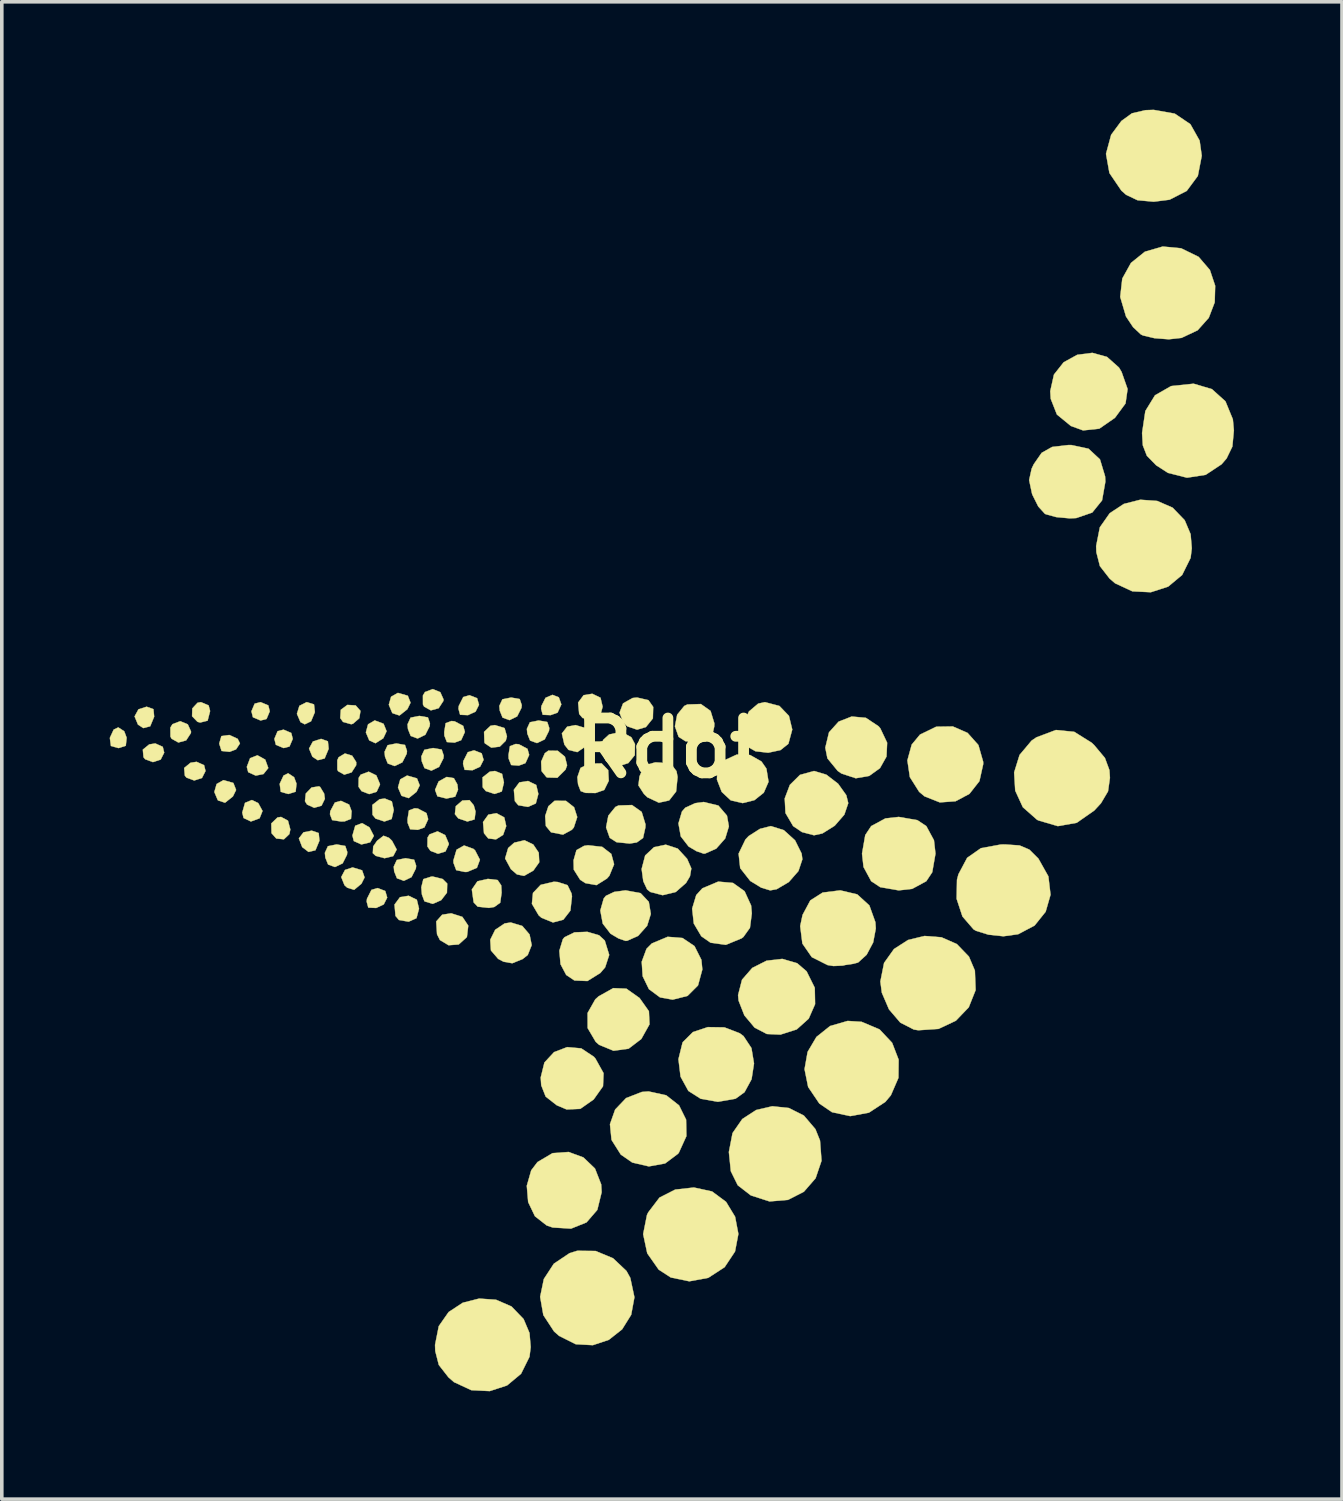
<source format=kicad_pcb>
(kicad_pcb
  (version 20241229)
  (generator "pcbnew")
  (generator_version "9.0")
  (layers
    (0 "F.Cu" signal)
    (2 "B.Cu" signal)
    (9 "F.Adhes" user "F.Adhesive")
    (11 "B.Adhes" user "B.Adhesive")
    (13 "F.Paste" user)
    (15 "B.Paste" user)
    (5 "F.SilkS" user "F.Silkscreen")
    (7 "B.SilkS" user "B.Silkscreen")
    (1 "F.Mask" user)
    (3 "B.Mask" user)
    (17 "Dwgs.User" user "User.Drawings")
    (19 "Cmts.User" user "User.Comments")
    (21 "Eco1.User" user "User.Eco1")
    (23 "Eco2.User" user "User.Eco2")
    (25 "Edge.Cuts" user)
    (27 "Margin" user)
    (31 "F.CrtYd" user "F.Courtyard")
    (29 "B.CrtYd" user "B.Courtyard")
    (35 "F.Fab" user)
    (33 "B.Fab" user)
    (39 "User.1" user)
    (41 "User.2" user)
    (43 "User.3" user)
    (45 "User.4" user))
  (footprint "Rdot"
    (layer "F.Cu")
    (at 15.555 17.747)
    (property "Reference" "Rdot" (at 0 0 0) (layer "F.SilkS") (effects (font (size 1.524 1.524) (thickness 0.3))))
    (attr through_hole)
    (fp_poly (pts (xy -14.339 -1.081) (xy -14.319 -0.872) (xy -14.429 -0.605) (xy -14.621 -0.555) (xy -14.769 -0.652) (xy -14.863 -0.879) (xy -14.756 -1.076) (xy -14.528 -1.149) (xy -14.339 -1.081)) (stroke (width 0.01) (type solid)) (fill yes) (layer "F.SilkS"))
    (fp_poly (pts (xy -11.426 1.53) (xy -11.306 1.749) (xy -11.388 1.953) (xy -11.629 2.042) (xy -11.833 1.945) (xy -11.87 1.794) (xy -11.793 1.524) (xy -11.602 1.445) (xy -11.426 1.53)) (stroke (width 0.01) (type solid)) (fill yes) (layer "F.SilkS"))
    (fp_poly (pts (xy -11.231 0.321) (xy -11.146 0.556) (xy -11.28 0.723) (xy -11.495 0.766) (xy -11.704 0.671) (xy -11.743 0.524) (xy -11.652 0.282) (xy -11.448 0.202) (xy -11.231 0.321)) (stroke (width 0.01) (type solid)) (fill yes) (layer "F.SilkS"))
    (fp_poly (pts (xy -11.146 -1.186) (xy -11.105 -1.021) (xy -11.195 -0.808) (xy -11.36 -0.766) (xy -11.573 -0.856) (xy -11.615 -1.021) (xy -11.525 -1.234) (xy -11.36 -1.276) (xy -11.146 -1.186)) (stroke (width 0.01) (type solid)) (fill yes) (layer "F.SilkS"))
    (fp_poly (pts (xy -10.508 -0.42) (xy -10.466 -0.255) (xy -10.557 -0.042) (xy -10.722 0) (xy -10.935 -0.09) (xy -10.977 -0.255) (xy -10.887 -0.469) (xy -10.722 -0.511) (xy -10.508 -0.42)) (stroke (width 0.01) (type solid)) (fill yes) (layer "F.SilkS"))
    (fp_poly (pts (xy -9.745 2.363) (xy -9.724 2.575) (xy -9.835 2.842) (xy -10.027 2.888) (xy -10.203 2.754) (xy -10.296 2.512) (xy -10.167 2.343) (xy -9.939 2.297) (xy -9.745 2.363)) (stroke (width 0.01) (type solid)) (fill yes) (layer "F.SilkS"))
    (fp_poly (pts (xy -9.489 -0.187) (xy -9.468 0.022) (xy -9.579 0.289) (xy -9.771 0.338) (xy -9.919 0.241) (xy -10.013 0.015) (xy -9.906 -0.182) (xy -9.678 -0.255) (xy -9.489 -0.187)) (stroke (width 0.01) (type solid)) (fill yes) (layer "F.SilkS"))
    (fp_poly (pts (xy -8.333 2.206) (xy -8.211 2.443) (xy -8.314 2.622) (xy -8.559 2.68) (xy -8.768 2.586) (xy -8.807 2.433) (xy -8.729 2.161) (xy -8.538 2.088) (xy -8.333 2.206)) (stroke (width 0.01) (type solid)) (fill yes) (layer "F.SilkS"))
    (fp_poly (pts (xy -14.08 -0.034) (xy -14.04 0.128) (xy -14.138 0.321) (xy -14.354 0.391) (xy -14.569 0.311) (xy -14.615 0.255) (xy -14.634 0.044) (xy -14.456 -0.101) (xy -14.288 -0.128) (xy -14.08 -0.034)) (stroke (width 0.01) (type solid)) (fill yes) (layer "F.SilkS"))
    (fp_poly (pts (xy -12.931 0.477) (xy -12.891 0.638) (xy -12.99 0.832) (xy -13.205 0.902) (xy -13.42 0.822) (xy -13.466 0.766) (xy -13.485 0.554) (xy -13.308 0.409) (xy -13.139 0.383) (xy -12.931 0.477)) (stroke (width 0.01) (type solid)) (fill yes) (layer "F.SilkS"))
    (fp_poly (pts (xy -12.805 -1.185) (xy -12.764 -1.029) (xy -12.833 -0.761) (xy -13.04 -0.709) (xy -13.115 -0.73) (xy -13.265 -0.885) (xy -13.258 -1.102) (xy -13.114 -1.258) (xy -13.019 -1.276) (xy -12.805 -1.185)) (stroke (width 0.01) (type solid)) (fill yes) (layer "F.SilkS"))
    (fp_poly (pts (xy -10.599 2.019) (xy -10.534 2.264) (xy -10.56 2.393) (xy -10.712 2.537) (xy -10.924 2.515) (xy -11.056 2.367) (xy -11.062 2.096) (xy -10.891 1.931) (xy -10.792 1.915) (xy -10.599 2.019)) (stroke (width 0.01) (type solid)) (fill yes) (layer "F.SilkS"))
    (fp_poly (pts (xy -9.875 -1.213) (xy -9.851 -0.999) (xy -9.957 -0.744) (xy -10.132 -0.66) (xy -10.251 -0.721) (xy -10.35 -0.951) (xy -10.281 -1.174) (xy -10.079 -1.276) (xy -10.075 -1.276) (xy -9.875 -1.213)) (stroke (width 0.01) (type solid)) (fill yes) (layer "F.SilkS"))
    (fp_poly (pts (xy -8.717 -1.185) (xy -8.583 -1.033) (xy -8.617 -0.827) (xy -8.791 -0.676) (xy -8.841 -0.662) (xy -9.068 -0.726) (xy -9.145 -0.833) (xy -9.13 -1.064) (xy -8.947 -1.199) (xy -8.717 -1.185)) (stroke (width 0.01) (type solid)) (fill yes) (layer "F.SilkS"))
    (fp_poly (pts (xy -8.538 3.399) (xy -8.469 3.597) (xy -8.556 3.771) (xy -8.759 3.941) (xy -8.95 3.883) (xy -9.027 3.814) (xy -9.118 3.587) (xy -9.013 3.389) (xy -8.801 3.319) (xy -8.538 3.399)) (stroke (width 0.01) (type solid)) (fill yes) (layer "F.SilkS"))
    (fp_poly (pts (xy -7.941 -0.675) (xy -7.857 -0.468) (xy -7.949 -0.271) (xy -8.166 -0.134) (xy -8.339 -0.213) (xy -8.433 -0.435) (xy -8.372 -0.659) (xy -8.191 -0.766) (xy -8.182 -0.766) (xy -7.941 -0.675)) (stroke (width 0.01) (type solid)) (fill yes) (layer "F.SilkS"))
    (fp_poly (pts (xy -7.894 3.975) (xy -7.84 4.158) (xy -7.936 4.347) (xy -8.147 4.446) (xy -8.366 4.436) (xy -8.411 4.27) (xy -8.402 4.19) (xy -8.278 3.943) (xy -8.105 3.893) (xy -7.894 3.975)) (stroke (width 0.01) (type solid)) (fill yes) (layer "F.SilkS"))
    (fp_poly (pts (xy -7.711 1.483) (xy -7.658 1.723) (xy -7.717 1.973) (xy -7.918 2.042) (xy -8.162 1.962) (xy -8.248 1.857) (xy -8.253 1.581) (xy -8.051 1.423) (xy -7.906 1.404) (xy -7.711 1.483)) (stroke (width 0.01) (type solid)) (fill yes) (layer "F.SilkS"))
    (fp_poly (pts (xy -7.016 4.218) (xy -6.956 4.467) (xy -7.026 4.73) (xy -7.244 4.827) (xy -7.513 4.781) (xy -7.609 4.668) (xy -7.637 4.352) (xy -7.484 4.146) (xy -7.244 4.107) (xy -7.016 4.218)) (stroke (width 0.01) (type solid)) (fill yes) (layer "F.SilkS"))
    (fp_poly (pts (xy -5.987 0.837) (xy -5.89 1.01) (xy -5.871 1.156) (xy -5.95 1.352) (xy -6.19 1.404) (xy -6.444 1.342) (xy -6.51 1.162) (xy -6.41 0.929) (xy -6.188 0.804) (xy -5.987 0.837)) (stroke (width 0.01) (type solid)) (fill yes) (layer "F.SilkS"))
    (fp_poly (pts (xy -5.434 1.591) (xy -5.384 1.765) (xy -5.411 1.984) (xy -5.611 2.042) (xy -5.863 1.956) (xy -5.958 1.838) (xy -5.933 1.617) (xy -5.752 1.46) (xy -5.552 1.448) (xy -5.434 1.591)) (stroke (width 0.01) (type solid)) (fill yes) (layer "F.SilkS"))
    (fp_poly (pts (xy -5.341 -1.386) (xy -5.288 -1.203) (xy -5.383 -1.013) (xy -5.594 -0.915) (xy -5.813 -0.925) (xy -5.859 -1.091) (xy -5.85 -1.17) (xy -5.726 -1.418) (xy -5.552 -1.468) (xy -5.341 -1.386)) (stroke (width 0.01) (type solid)) (fill yes) (layer "F.SilkS"))
    (fp_poly (pts (xy -5.214 0.146) (xy -5.16 0.329) (xy -5.256 0.518) (xy -5.467 0.616) (xy -5.686 0.607) (xy -5.731 0.441) (xy -5.722 0.361) (xy -5.598 0.114) (xy -5.425 0.064) (xy -5.214 0.146)) (stroke (width 0.01) (type solid)) (fill yes) (layer "F.SilkS"))
    (fp_poly (pts (xy -4.647 0.717) (xy -4.595 0.957) (xy -4.654 1.207) (xy -4.854 1.276) (xy -5.099 1.196) (xy -5.185 1.091) (xy -5.189 0.815) (xy -4.988 0.657) (xy -4.843 0.638) (xy -4.647 0.717)) (stroke (width 0.01) (type solid)) (fill yes) (layer "F.SilkS"))
    (fp_poly (pts (xy -4.585 1.929) (xy -4.531 2.17) (xy -4.618 2.415) (xy -4.816 2.539) (xy -5.031 2.513) (xy -5.149 2.368) (xy -5.176 2.058) (xy -5.028 1.852) (xy -4.802 1.812) (xy -4.585 1.929)) (stroke (width 0.01) (type solid)) (fill yes) (layer "F.SilkS"))
    (fp_poly (pts (xy -3.697 1.027) (xy -3.638 1.276) (xy -3.708 1.539) (xy -3.925 1.636) (xy -4.195 1.59) (xy -4.29 1.477) (xy -4.319 1.161) (xy -4.166 0.955) (xy -3.925 0.916) (xy -3.697 1.027)) (stroke (width 0.01) (type solid)) (fill yes) (layer "F.SilkS"))
    (fp_poly (pts (xy -3.069 -1.411) (xy -2.999 -1.213) (xy -3.103 -0.985) (xy -3.297 -0.915) (xy -3.516 -0.925) (xy -3.561 -1.091) (xy -3.552 -1.17) (xy -3.439 -1.396) (xy -3.246 -1.479) (xy -3.069 -1.411)) (stroke (width 0.01) (type solid)) (fill yes) (layer "F.SilkS"))
    (fp_poly (pts (xy -1.91 -1.399) (xy -1.851 -1.149) (xy -1.921 -0.886) (xy -2.139 -0.789) (xy -2.408 -0.835) (xy -2.503 -0.948) (xy -2.532 -1.264) (xy -2.379 -1.47) (xy -2.139 -1.509) (xy -1.91 -1.399)) (stroke (width 0.01) (type solid)) (fill yes) (layer "F.SilkS"))
    (fp_poly (pts (xy -15.151 -0.466) (xy -15.084 -0.287) (xy -15.108 -0.063) (xy -15.305 -0.000068) (xy -15.317 0) (xy -15.521 -0.058) (xy -15.55 -0.275) (xy -15.549 -0.287) (xy -15.445 -0.512) (xy -15.317 -0.574) (xy -15.151 -0.466)) (stroke (width 0.01) (type solid)) (fill yes) (layer "F.SilkS"))
    (fp_poly (pts (xy -13.384 -0.659) (xy -13.294 -0.459) (xy -13.298 -0.417) (xy -13.43 -0.213) (xy -13.646 -0.154) (xy -13.834 -0.259) (xy -13.866 -0.318) (xy -13.868 -0.568) (xy -13.81 -0.664) (xy -13.593 -0.746) (xy -13.384 -0.659)) (stroke (width 0.01) (type solid)) (fill yes) (layer "F.SilkS"))
    (fp_poly (pts (xy -12.221 -0.36) (xy -11.997 -0.256) (xy -11.934 -0.128) (xy -12.043 0.037) (xy -12.221 0.105) (xy -12.445 0.081) (xy -12.508 -0.116) (xy -12.509 -0.128) (xy -12.45 -0.332) (xy -12.233 -0.362) (xy -12.221 -0.36)) (stroke (width 0.01) (type solid)) (fill yes) (layer "F.SilkS"))
    (fp_poly (pts (xy -12.117 0.971) (xy -12.041 1.165) (xy -12.13 1.346) (xy -12.349 1.52) (xy -12.54 1.457) (xy -12.551 1.447) (xy -12.646 1.222) (xy -12.582 0.999) (xy -12.395 0.894) (xy -12.388 0.893) (xy -12.117 0.971)) (stroke (width 0.01) (type solid)) (fill yes) (layer "F.SilkS"))
    (fp_poly (pts (xy -10.429 0.811) (xy -10.362 0.989) (xy -10.385 1.213) (xy -10.583 1.276) (xy -10.594 1.276) (xy -10.799 1.218) (xy -10.828 1.001) (xy -10.826 0.989) (xy -10.722 0.765) (xy -10.594 0.702) (xy -10.429 0.811)) (stroke (width 0.01) (type solid)) (fill yes) (layer "F.SilkS"))
    (fp_poly (pts (xy -9.706 1.081) (xy -9.594 1.265) (xy -9.573 1.412) (xy -9.666 1.603) (xy -9.87 1.661) (xy -10.069 1.57) (xy -10.126 1.477) (xy -10.103 1.264) (xy -9.942 1.097) (xy -9.74 1.065) (xy -9.706 1.081)) (stroke (width 0.01) (type solid)) (fill yes) (layer "F.SilkS"))
    (fp_poly (pts (xy -9.006 2.722) (xy -8.95 2.89) (xy -8.958 2.966) (xy -9.079 3.206) (xy -9.292 3.308) (xy -9.483 3.238) (xy -9.56 3.046) (xy -9.573 2.914) (xy -9.488 2.729) (xy -9.245 2.68) (xy -9.006 2.722)) (stroke (width 0.01) (type solid)) (fill yes) (layer "F.SilkS"))
    (fp_poly (pts (xy -8.898 1.572) (xy -8.83 1.755) (xy -8.846 1.968) (xy -9.024 2.039) (xy -9.126 2.042) (xy -9.37 2.003) (xy -9.431 1.842) (xy -9.422 1.755) (xy -9.295 1.515) (xy -9.126 1.468) (xy -8.898 1.572)) (stroke (width 0.01) (type solid)) (fill yes) (layer "F.SilkS"))
    (fp_poly (pts (xy -8.815 0.212) (xy -8.701 0.391) (xy -8.703 0.477) (xy -8.829 0.676) (xy -9.034 0.74) (xy -9.205 0.643) (xy -9.226 0.601) (xy -9.227 0.34) (xy -9.191 0.257) (xy -9.015 0.151) (xy -8.815 0.212)) (stroke (width 0.01) (type solid)) (fill yes) (layer "F.SilkS"))
    (fp_poly (pts (xy -8.143 0.76) (xy -8.042 1) (xy -8.041 1.017) (xy -8.134 1.216) (xy -8.342 1.28) (xy -8.553 1.198) (xy -8.637 1.076) (xy -8.633 0.83) (xy -8.577 0.74) (xy -8.355 0.657) (xy -8.143 0.76)) (stroke (width 0.01) (type solid)) (fill yes) (layer "F.SilkS"))
    (fp_poly (pts (xy -7.792 2.496) (xy -7.707 2.577) (xy -7.576 2.822) (xy -7.673 3.005) (xy -7.914 3.063) (xy -8.159 2.997) (xy -8.24 2.923) (xy -8.229 2.735) (xy -8.12 2.577) (xy -7.942 2.438) (xy -7.792 2.496)) (stroke (width 0.01) (type solid)) (fill yes) (layer "F.SilkS"))
    (fp_poly (pts (xy -7.346 -0.086) (xy -7.29 0.082) (xy -7.298 0.158) (xy -7.419 0.398) (xy -7.632 0.5) (xy -7.824 0.43) (xy -7.901 0.238) (xy -7.914 0.106) (xy -7.828 -0.079) (xy -7.586 -0.128) (xy -7.346 -0.086)) (stroke (width 0.01) (type solid)) (fill yes) (layer "F.SilkS"))
    (fp_poly (pts (xy -7.267 -1.454) (xy -7.191 -1.26) (xy -7.28 -1.079) (xy -7.499 -0.905) (xy -7.69 -0.968) (xy -7.701 -0.979) (xy -7.795 -1.203) (xy -7.732 -1.426) (xy -7.545 -1.532) (xy -7.538 -1.532) (xy -7.267 -1.454)) (stroke (width 0.01) (type solid)) (fill yes) (layer "F.SilkS"))
    (fp_poly (pts (xy -7.091 3.105) (xy -7.035 3.273) (xy -7.043 3.349) (xy -7.164 3.589) (xy -7.377 3.691) (xy -7.569 3.621) (xy -7.646 3.429) (xy -7.658 3.297) (xy -7.573 3.112) (xy -7.33 3.063) (xy -7.091 3.105)) (stroke (width 0.01) (type solid)) (fill yes) (layer "F.SilkS"))
    (fp_poly (pts (xy -7.012 0.844) (xy -6.936 1.037) (xy -7.025 1.218) (xy -7.243 1.392) (xy -7.434 1.33) (xy -7.446 1.319) (xy -7.54 1.095) (xy -7.477 0.871) (xy -7.289 0.766) (xy -7.283 0.766) (xy -7.012 0.844)) (stroke (width 0.01) (type solid)) (fill yes) (layer "F.SilkS"))
    (fp_poly (pts (xy -6.988 1.682) (xy -6.748 1.809) (xy -6.701 1.978) (xy -6.805 2.207) (xy -6.988 2.274) (xy -7.201 2.258) (xy -7.272 2.08) (xy -7.275 1.978) (xy -7.236 1.735) (xy -7.076 1.674) (xy -6.988 1.682)) (stroke (width 0.01) (type solid)) (fill yes) (layer "F.SilkS"))
    (fp_poly (pts (xy -6.708 -0.852) (xy -6.652 -0.684) (xy -6.66 -0.608) (xy -6.781 -0.368) (xy -6.994 -0.265) (xy -7.186 -0.336) (xy -7.263 -0.528) (xy -7.275 -0.659) (xy -7.19 -0.845) (xy -6.947 -0.893) (xy -6.708 -0.852)) (stroke (width 0.01) (type solid)) (fill yes) (layer "F.SilkS"))
    (fp_poly (pts (xy -6.364 -1.553) (xy -6.274 -1.352) (xy -6.278 -1.31) (xy -6.41 -1.107) (xy -6.626 -1.047) (xy -6.814 -1.152) (xy -6.846 -1.212) (xy -6.847 -1.461) (xy -6.79 -1.557) (xy -6.573 -1.639) (xy -6.364 -1.553)) (stroke (width 0.01) (type solid)) (fill yes) (layer "F.SilkS"))
    (fp_poly (pts (xy -6.325 0.042) (xy -6.269 0.21) (xy -6.277 0.286) (xy -6.398 0.525) (xy -6.611 0.628) (xy -6.803 0.558) (xy -6.88 0.366) (xy -6.892 0.234) (xy -6.807 0.049) (xy -6.564 0) (xy -6.325 0.042)) (stroke (width 0.01) (type solid)) (fill yes) (layer "F.SilkS"))
    (fp_poly (pts (xy -6.228 2.42) (xy -6.127 2.659) (xy -6.127 2.676) (xy -6.22 2.875) (xy -6.427 2.939) (xy -6.639 2.857) (xy -6.722 2.736) (xy -6.718 2.489) (xy -6.663 2.4) (xy -6.44 2.316) (xy -6.228 2.42)) (stroke (width 0.01) (type solid)) (fill yes) (layer "F.SilkS"))
    (fp_poly (pts (xy -5.967 -0.743) (xy -5.727 -0.616) (xy -5.68 -0.447) (xy -5.784 -0.218) (xy -5.967 -0.151) (xy -6.18 -0.167) (xy -6.251 -0.345) (xy -6.254 -0.447) (xy -6.215 -0.691) (xy -6.054 -0.751) (xy -5.967 -0.743)) (stroke (width 0.01) (type solid)) (fill yes) (layer "F.SilkS"))
    (fp_poly (pts (xy -4.577 -0.555) (xy -4.511 -0.325) (xy -4.544 -0.203) (xy -4.71 -0.039) (xy -4.945 -0.011) (xy -5.123 -0.129) (xy -5.137 -0.16) (xy -5.147 -0.448) (xy -4.968 -0.619) (xy -4.847 -0.638) (xy -4.577 -0.555)) (stroke (width 0.01) (type solid)) (fill yes) (layer "F.SilkS"))
    (fp_poly (pts (xy -4.18 -0.105) (xy -3.94 0.022) (xy -3.893 0.191) (xy -3.997 0.42) (xy -4.18 0.488) (xy -4.393 0.472) (xy -4.464 0.293) (xy -4.467 0.191) (xy -4.428 -0.052) (xy -4.267 -0.113) (xy -4.18 -0.105)) (stroke (width 0.01) (type solid)) (fill yes) (layer "F.SilkS"))
    (fp_poly (pts (xy -4.156 -1.362) (xy -4.099 -1.194) (xy -4.107 -1.118) (xy -4.228 -0.879) (xy -4.441 -0.776) (xy -4.633 -0.847) (xy -4.71 -1.039) (xy -4.723 -1.17) (xy -4.637 -1.355) (xy -4.395 -1.404) (xy -4.156 -1.362)) (stroke (width 0.01) (type solid)) (fill yes) (layer "F.SilkS"))
    (fp_poly (pts (xy -3.39 -0.724) (xy -3.334 -0.556) (xy -3.342 -0.48) (xy -3.462 -0.24) (xy -3.676 -0.138) (xy -3.867 -0.208) (xy -3.944 -0.4) (xy -3.957 -0.532) (xy -3.872 -0.717) (xy -3.629 -0.766) (xy -3.39 -0.724)) (stroke (width 0.01) (type solid)) (fill yes) (layer "F.SilkS"))
    (fp_poly (pts (xy -2.311 -0.55) (xy -2.196 -0.334) (xy -2.295 -0.066) (xy -2.299 -0.062) (xy -2.556 0.113) (xy -2.8 0.051) (xy -2.914 -0.096) (xy -2.984 -0.405) (xy -2.836 -0.594) (xy -2.602 -0.638) (xy -2.311 -0.55)) (stroke (width 0.01) (type solid)) (fill yes) (layer "F.SilkS"))
    (fp_poly (pts (xy -5.75 4.694) (xy -5.587 4.938) (xy -5.623 5.245) (xy -5.631 5.262) (xy -5.852 5.461) (xy -6.134 5.482) (xy -6.374 5.338) (xy -6.455 5.177) (xy -6.477 4.821) (xy -6.311 4.634) (xy -6.062 4.595) (xy -5.75 4.694)) (stroke (width 0.01) (type solid)) (fill yes) (layer "F.SilkS"))
    (fp_poly (pts (xy -5.442 2.804) (xy -5.397 2.845) (xy -5.262 3.106) (xy -5.346 3.33) (xy -5.614 3.443) (xy -5.676 3.446) (xy -5.921 3.395) (xy -5.997 3.192) (xy -5.999 3.123) (xy -5.912 2.827) (xy -5.702 2.709) (xy -5.442 2.804)) (stroke (width 0.01) (type solid)) (fill yes) (layer "F.SilkS"))
    (fp_poly (pts (xy -4.77 3.67) (xy -4.67 3.819) (xy -4.659 4.021) (xy -4.698 4.3) (xy -4.863 4.419) (xy -5.011 4.444) (xy -5.323 4.41) (xy -5.436 4.292) (xy -5.487 3.932) (xy -5.331 3.705) (xy -5.04 3.638) (xy -4.77 3.67)) (stroke (width 0.01) (type solid)) (fill yes) (layer "F.SilkS"))
    (fp_poly (pts (xy -3.78 2.681) (xy -3.627 2.909) (xy -3.613 3.176) (xy -3.776 3.406) (xy -4.035 3.554) (xy -4.233 3.513) (xy -4.401 3.367) (xy -4.562 3.069) (xy -4.477 2.78) (xy -4.308 2.631) (xy -4.024 2.564) (xy -3.78 2.681)) (stroke (width 0.01) (type solid)) (fill yes) (layer "F.SilkS"))
    (fp_poly (pts (xy -3.098 0.077) (xy -2.899 0.241) (xy -2.839 0.48) (xy -2.883 0.601) (xy -3.109 0.826) (xy -3.387 0.819) (xy -3.414 0.808) (xy -3.549 0.64) (xy -3.56 0.377) (xy -3.457 0.143) (xy -3.36 0.073) (xy -3.098 0.077)) (stroke (width 0.01) (type solid)) (fill yes) (layer "F.SilkS"))
    (fp_poly (pts (xy -1.696 0.615) (xy -1.68 0.911) (xy -1.806 1.165) (xy -2.047 1.25) (xy -2.326 1.247) (xy -2.462 1.197) (xy -2.534 1.009) (xy -2.553 0.811) (xy -2.465 0.553) (xy -2.224 0.433) (xy -1.878 0.427) (xy -1.696 0.615)) (stroke (width 0.01) (type solid)) (fill yes) (layer "F.SilkS"))
    (fp_poly (pts (xy -1.053 -0.3) (xy -0.952 -0.11) (xy -0.957 0.198) (xy -1.136 0.418) (xy -1.409 0.505) (xy -1.698 0.412) (xy -1.761 0.357) (xy -1.906 0.068) (xy -1.838 -0.224) (xy -1.669 -0.378) (xy -1.325 -0.45) (xy -1.053 -0.3)) (stroke (width 0.01) (type solid)) (fill yes) (layer "F.SilkS"))
    (fp_poly (pts (xy -0.577 -1.331) (xy -0.445 -1.143) (xy -0.454 -0.823) (xy -0.648 -0.583) (xy -0.893 -0.511) (xy -1.163 -0.603) (xy -1.271 -0.696) (xy -1.381 -0.982) (xy -1.283 -1.241) (xy -1.018 -1.391) (xy -0.893 -1.404) (xy -0.577 -1.331)) (stroke (width 0.01) (type solid)) (fill yes) (layer "F.SilkS"))
    (fp_poly (pts (xy -6.297 3.642) (xy -6.172 3.767) (xy -6.179 4.021) (xy -6.34 4.23) (xy -6.573 4.332) (xy -6.797 4.264) (xy -6.807 4.255) (xy -6.875 4.072) (xy -6.892 3.872) (xy -6.835 3.644) (xy -6.616 3.575) (xy -6.569 3.574) (xy -6.297 3.642)) (stroke (width 0.01) (type solid)) (fill yes) (layer "F.SilkS"))
    (fp_poly (pts (xy -2.87 1.469) (xy -2.645 1.646) (xy -2.557 1.919) (xy -2.652 2.209) (xy -2.706 2.272) (xy -2.952 2.407) (xy -3.279 2.344) (xy -3.287 2.341) (xy -3.429 2.167) (xy -3.448 1.889) (xy -3.358 1.617) (xy -3.185 1.466) (xy -2.87 1.469)) (stroke (width 0.01) (type solid)) (fill yes) (layer "F.SilkS"))
    (fp_poly (pts (xy -4.084 4.947) (xy -3.882 5.183) (xy -3.823 5.479) (xy -3.933 5.754) (xy -4.076 5.867) (xy -4.363 5.983) (xy -4.603 5.941) (xy -4.755 5.861) (xy -4.956 5.627) (xy -4.975 5.33) (xy -4.838 5.053) (xy -4.574 4.876) (xy -4.404 4.85) (xy -4.084 4.947)) (stroke (width 0.01) (type solid)) (fill yes) (layer "F.SilkS"))
    (fp_poly (pts (xy -3.103 3.724) (xy -2.827 3.812) (xy -2.715 4.043) (xy -2.703 4.124) (xy -2.747 4.519) (xy -2.943 4.772) (xy -3.231 4.849) (xy -3.552 4.718) (xy -3.629 4.65) (xy -3.817 4.33) (xy -3.787 4.028) (xy -3.574 3.804) (xy -3.211 3.718) (xy -3.103 3.724)) (stroke (width 0.01) (type solid)) (fill yes) (layer "F.SilkS"))
    (fp_poly (pts (xy -1.863 2.747) (xy -1.61 2.943) (xy -1.532 3.231) (xy -1.664 3.552) (xy -1.732 3.629) (xy -2.023 3.811) (xy -2.329 3.756) (xy -2.475 3.663) (xy -2.652 3.382) (xy -2.659 3.121) (xy -2.578 2.838) (xy -2.367 2.72) (xy -2.258 2.703) (xy -1.863 2.747)) (stroke (width 0.01) (type solid)) (fill yes) (layer "F.SilkS"))
    (fp_poly (pts (xy -0.765 1.776) (xy -0.659 2.123) (xy -0.663 2.21) (xy -0.727 2.5) (xy -0.9 2.624) (xy -1.096 2.655) (xy -1.463 2.618) (xy -1.653 2.497) (xy -1.755 2.205) (xy -1.692 1.88) (xy -1.496 1.638) (xy -1.409 1.597) (xy -1.034 1.585) (xy -0.765 1.776)) (stroke (width 0.01) (type solid)) (fill yes) (layer "F.SilkS"))
    (fp_poly (pts (xy 1.15 -1.032) (xy 1.256 -0.685) (xy 1.252 -0.598) (xy 1.187 -0.308) (xy 1.014 -0.184) (xy 0.819 -0.153) (xy 0.451 -0.19) (xy 0.262 -0.311) (xy 0.159 -0.603) (xy 0.222 -0.928) (xy 0.419 -1.17) (xy 0.506 -1.211) (xy 0.881 -1.223) (xy 1.15 -1.032)) (stroke (width 0.01) (type solid)) (fill yes) (layer "F.SilkS"))
    (fp_poly (pts (xy 2.246 0.193) (xy 2.565 0.374) (xy 2.703 0.573) (xy 2.762 0.938) (xy 2.63 1.241) (xy 2.369 1.449) (xy 2.042 1.531) (xy 1.711 1.454) (xy 1.46 1.219) (xy 1.327 0.875) (xy 1.338 0.644) (xy 1.549 0.333) (xy 1.88 0.181) (xy 2.246 0.193)) (stroke (width 0.01) (type solid)) (fill yes) (layer "F.SilkS"))
    (fp_poly (pts (xy 3.064 -1.17) (xy 3.329 -0.894) (xy 3.421 -0.514) (xy 3.314 -0.119) (xy 3.094 0.057) (xy 2.752 0.13) (xy 2.401 0.09) (xy 2.195 -0.026) (xy 2.046 -0.326) (xy 2.064 -0.685) (xy 2.217 -1.017) (xy 2.474 -1.235) (xy 2.661 -1.276) (xy 3.064 -1.17)) (stroke (width 0.01) (type solid)) (fill yes) (layer "F.SilkS"))
    (fp_poly (pts (xy -1.949 5.206) (xy -1.791 5.352) (xy -1.668 5.752) (xy -1.781 6.097) (xy -1.915 6.254) (xy -2.273 6.477) (xy -2.635 6.462) (xy -2.863 6.309) (xy -3.021 6.01) (xy -3.054 5.636) (xy -2.957 5.316) (xy -2.91 5.259) (xy -2.633 5.124) (xy -2.275 5.11) (xy -1.949 5.206)) (stroke (width 0.01) (type solid)) (fill yes) (layer "F.SilkS"))
    (fp_poly (pts (xy -0.222 0.407) (xy 0.074 0.473) (xy 0.203 0.643) (xy 0.233 0.805) (xy 0.192 1.209) (xy -0.001 1.456) (xy -0.287 1.519) (xy -0.608 1.368) (xy -0.702 1.276) (xy -0.856 1.039) (xy -0.826 0.791) (xy -0.785 0.693) (xy -0.628 0.464) (xy -0.385 0.398) (xy -0.222 0.407)) (stroke (width 0.01) (type solid)) (fill yes) (layer "F.SilkS"))
    (fp_poly (pts (xy 0.371 5.282) (xy 0.703 5.506) (xy 0.895 5.888) (xy 0.921 6.157) (xy 0.801 6.6) (xy 0.509 6.891) (xy 0.096 6.995) (xy -0.255 6.932) (xy -0.563 6.704) (xy -0.737 6.345) (xy -0.764 5.942) (xy -0.631 5.582) (xy -0.482 5.432) (xy -0.043 5.248) (xy 0.371 5.282)) (stroke (width 0.01) (type solid)) (fill yes) (layer "F.SilkS"))
    (fp_poly (pts (xy -0.795 4.034) (xy -0.567 4.277) (xy -0.511 4.613) (xy -0.614 4.942) (xy -0.864 5.222) (xy -1.171 5.359) (xy -1.213 5.361) (xy -1.41 5.293) (xy -1.631 5.162) (xy -1.847 4.882) (xy -1.915 4.517) (xy -1.821 4.184) (xy -1.761 4.11) (xy -1.531 4) (xy -1.213 3.957) (xy -0.795 4.034)) (stroke (width 0.01) (type solid)) (fill yes) (layer "F.SilkS"))
    (fp_poly (pts (xy 0.238 2.796) (xy 0.499 3.081) (xy 0.615 3.347) (xy 0.578 3.564) (xy 0.468 3.751) (xy 0.182 4.002) (xy -0.182 4.091) (xy -0.523 4.002) (xy -0.613 3.931) (xy -0.72 3.703) (xy -0.766 3.367) (xy -0.766 3.361) (xy -0.668 2.986) (xy -0.421 2.756) (xy -0.095 2.687) (xy 0.238 2.796)) (stroke (width 0.01) (type solid)) (fill yes) (layer "F.SilkS"))
    (fp_poly (pts (xy 1.367 1.599) (xy 1.606 1.879) (xy 1.659 2.178) (xy 1.557 2.514) (xy 1.307 2.797) (xy 0.997 2.934) (xy 0.957 2.936) (xy 0.76 2.868) (xy 0.539 2.737) (xy 0.322 2.457) (xy 0.257 2.096) (xy 0.355 1.764) (xy 0.447 1.659) (xy 0.723 1.533) (xy 0.957 1.5) (xy 1.367 1.599)) (stroke (width 0.01) (type solid)) (fill yes) (layer "F.SilkS"))
    (fp_poly (pts (xy 1.773 3.75) (xy 2.096 3.981) (xy 2.277 4.377) (xy 2.297 4.595) (xy 2.245 4.997) (xy 2.063 5.252) (xy 2.014 5.29) (xy 1.575 5.471) (xy 1.152 5.413) (xy 0.893 5.233) (xy 0.684 4.879) (xy 0.638 4.465) (xy 0.752 4.087) (xy 0.922 3.9) (xy 1.363 3.714) (xy 1.773 3.75)) (stroke (width 0.01) (type solid)) (fill yes) (layer "F.SilkS"))
    (fp_poly (pts (xy 4.368 0.74) (xy 4.696 0.992) (xy 4.924 1.312) (xy 4.978 1.532) (xy 4.869 1.852) (xy 4.601 2.16) (xy 4.26 2.374) (xy 4.026 2.425) (xy 3.691 2.336) (xy 3.446 2.17) (xy 3.233 1.807) (xy 3.212 1.401) (xy 3.355 1.024) (xy 3.636 0.746) (xy 4.026 0.638) (xy 4.368 0.74)) (stroke (width 0.01) (type solid)) (fill yes) (layer "F.SilkS"))
    (fp_poly (pts (xy 5.467 -0.84) (xy 5.823 -0.603) (xy 5.869 -0.548) (xy 6.059 -0.148) (xy 6.041 0.237) (xy 5.86 0.559) (xy 5.56 0.775) (xy 5.187 0.84) (xy 4.787 0.707) (xy 4.685 0.636) (xy 4.399 0.287) (xy 4.34 -0.009) (xy 4.443 -0.437) (xy 4.71 -0.734) (xy 5.074 -0.876) (xy 5.467 -0.84)) (stroke (width 0.01) (type solid)) (fill yes) (layer "F.SilkS"))
    (fp_poly (pts (xy -2.445 8.35) (xy -2.094 8.583) (xy -2.051 8.633) (xy -1.825 9.039) (xy -1.84 9.403) (xy -2.1 9.77) (xy -2.1 9.77) (xy -2.472 10.031) (xy -2.851 10.048) (xy -3.127 9.931) (xy -3.434 9.691) (xy -3.558 9.376) (xy -3.572 9.158) (xy -3.469 8.743) (xy -3.201 8.454) (xy -2.837 8.315) (xy -2.445 8.35)) (stroke (width 0.01) (type solid)) (fill yes) (layer "F.SilkS"))
    (fp_poly (pts (xy -2.385 11.382) (xy -2.063 11.691) (xy -1.891 12.131) (xy -1.878 12.349) (xy -1.999 12.841) (xy -2.299 13.188) (xy -2.729 13.361) (xy -3.239 13.33) (xy -3.406 13.273) (xy -3.732 13.018) (xy -3.921 12.623) (xy -3.959 12.17) (xy -3.836 11.74) (xy -3.661 11.51) (xy -3.243 11.263) (xy -2.798 11.23) (xy -2.385 11.382)) (stroke (width 0.01) (type solid)) (fill yes) (layer "F.SilkS"))
    (fp_poly (pts (xy -1.191 6.69) (xy -0.824 6.95) (xy -0.824 6.95) (xy -0.564 7.317) (xy -0.548 7.682) (xy -0.775 8.088) (xy -0.775 8.088) (xy -1.13 8.359) (xy -1.547 8.416) (xy -1.947 8.252) (xy -2.042 8.169) (xy -2.267 7.786) (xy -2.269 7.366) (xy -2.055 6.987) (xy -1.961 6.902) (xy -1.555 6.675) (xy -1.191 6.69)) (stroke (width 0.01) (type solid)) (fill yes) (layer "F.SilkS"))
    (fp_poly (pts (xy -0.083 9.654) (xy 0.274 9.935) (xy 0.47 10.332) (xy 0.478 10.789) (xy 0.27 11.247) (xy 0.246 11.279) (xy -0.114 11.549) (xy -0.565 11.631) (xy -1.026 11.524) (xy -1.346 11.302) (xy -1.603 10.895) (xy -1.647 10.458) (xy -1.503 10.051) (xy -1.199 9.732) (xy -0.759 9.561) (xy -0.574 9.547) (xy -0.083 9.654)) (stroke (width 0.01) (type solid)) (fill yes) (layer "F.SilkS"))
    (fp_poly (pts (xy 3.558 5.983) (xy 3.82 6.208) (xy 4.047 6.665) (xy 4.056 7.12) (xy 3.879 7.523) (xy 3.546 7.822) (xy 3.092 7.967) (xy 2.715 7.95) (xy 2.375 7.773) (xy 2.09 7.433) (xy 1.929 7.022) (xy 1.915 6.869) (xy 2.025 6.44) (xy 2.31 6.113) (xy 2.705 5.913) (xy 3.144 5.862) (xy 3.558 5.983)) (stroke (width 0.01) (type solid)) (fill yes) (layer "F.SilkS"))
    (fp_poly (pts (xy 6.899 2.005) (xy 7.148 2.17) (xy 7.361 2.564) (xy 7.403 2.936) (xy 7.313 3.453) (xy 7.148 3.702) (xy 6.754 3.915) (xy 6.382 3.957) (xy 5.865 3.867) (xy 5.616 3.702) (xy 5.403 3.308) (xy 5.361 2.936) (xy 5.451 2.419) (xy 5.616 2.17) (xy 6.01 1.957) (xy 6.382 1.915) (xy 6.899 2.005)) (stroke (width 0.01) (type solid)) (fill yes) (layer "F.SilkS"))
    (fp_poly (pts (xy 8.295 -0.421) (xy 8.596 -0.084) (xy 8.729 0.382) (xy 8.73 0.447) (xy 8.625 0.92) (xy 8.348 1.273) (xy 7.961 1.479) (xy 7.524 1.511) (xy 7.099 1.343) (xy 6.95 1.218) (xy 6.691 0.808) (xy 6.622 0.343) (xy 6.743 -0.097) (xy 6.973 -0.374) (xy 7.424 -0.593) (xy 7.885 -0.6) (xy 8.295 -0.421)) (stroke (width 0.01) (type solid)) (fill yes) (layer "F.SilkS"))
    (fp_poly (pts (xy 1.192 12.328) (xy 1.581 12.617) (xy 1.832 13.03) (xy 1.923 13.509) (xy 1.83 13.998) (xy 1.541 14.433) (xy 1.085 14.729) (xy 0.56 14.826) (xy 0.044 14.719) (xy -0.292 14.501) (xy -0.61 14.048) (xy -0.724 13.514) (xy -0.618 12.982) (xy -0.584 12.911) (xy -0.27 12.498) (xy 0.167 12.276) (xy 0.686 12.218) (xy 1.192 12.328)) (stroke (width 0.01) (type solid)) (fill yes) (layer "F.SilkS"))
    (fp_poly (pts (xy 1.535 7.766) (xy 1.96 7.929) (xy 2.067 8.009) (xy 2.287 8.342) (xy 2.358 8.77) (xy 2.29 9.208) (xy 2.094 9.569) (xy 1.845 9.749) (xy 1.354 9.835) (xy 0.876 9.751) (xy 0.533 9.533) (xy 0.316 9.137) (xy 0.257 8.651) (xy 0.37 8.193) (xy 0.38 8.174) (xy 0.659 7.897) (xy 1.073 7.759) (xy 1.535 7.766)) (stroke (width 0.01) (type solid)) (fill yes) (layer "F.SilkS"))
    (fp_poly (pts (xy 3.187 2.283) (xy 3.499 2.566) (xy 3.682 2.935) (xy 3.702 3.094) (xy 3.593 3.42) (xy 3.326 3.725) (xy 2.989 3.924) (xy 2.808 3.957) (xy 2.558 3.881) (xy 2.26 3.699) (xy 2.251 3.692) (xy 1.974 3.339) (xy 1.93 2.936) (xy 2.12 2.542) (xy 2.21 2.447) (xy 2.523 2.247) (xy 2.826 2.17) (xy 3.187 2.283)) (stroke (width 0.01) (type solid)) (fill yes) (layer "F.SilkS"))
    (fp_poly (pts (xy 3.327 10.008) (xy 3.744 10.218) (xy 4.065 10.595) (xy 4.193 10.913) (xy 4.235 11.475) (xy 4.07 11.961) (xy 3.744 12.336) (xy 3.302 12.562) (xy 2.79 12.605) (xy 2.269 12.437) (xy 1.906 12.156) (xy 1.714 11.766) (xy 1.659 11.231) (xy 1.761 10.705) (xy 2.032 10.314) (xy 2.418 10.063) (xy 2.867 9.959) (xy 3.327 10.008)) (stroke (width 0.01) (type solid)) (fill yes) (layer "F.SilkS"))
    (fp_poly (pts (xy 5.351 7.612) (xy 5.85 7.824) (xy 6.198 8.195) (xy 6.379 8.664) (xy 6.373 9.17) (xy 6.163 9.654) (xy 6.009 9.838) (xy 5.552 10.137) (xy 5.033 10.233) (xy 4.526 10.124) (xy 4.174 9.883) (xy 3.863 9.423) (xy 3.763 8.928) (xy 3.848 8.448) (xy 4.094 8.031) (xy 4.473 7.728) (xy 4.962 7.587) (xy 5.351 7.612)) (stroke (width 0.01) (type solid)) (fill yes) (layer "F.SilkS"))
    (fp_poly (pts (xy 12.171 -10.875) (xy 12.504 -10.579) (xy 12.577 -10.457) (xy 12.744 -9.982) (xy 12.687 -9.581) (xy 12.396 -9.186) (xy 12.391 -9.18) (xy 11.957 -8.879) (xy 11.507 -8.831) (xy 11.168 -8.954) (xy 10.779 -9.273) (xy 10.608 -9.708) (xy 10.594 -9.922) (xy 10.697 -10.383) (xy 10.967 -10.725) (xy 11.343 -10.932) (xy 11.764 -10.987) (xy 12.171 -10.875)) (stroke (width 0.01) (type solid)) (fill yes) (layer "F.SilkS"))
    (fp_poly (pts (xy -2.047 13.983) (xy -1.561 14.185) (xy -1.188 14.538) (xy -1.082 14.73) (xy -0.967 15.269) (xy -1.057 15.757) (xy -1.309 16.161) (xy -1.679 16.453) (xy -2.123 16.601) (xy -2.598 16.575) (xy -3.061 16.343) (xy -3.201 16.22) (xy -3.499 15.765) (xy -3.588 15.258) (xy -3.485 14.762) (xy -3.207 14.336) (xy -2.771 14.044) (xy -2.557 13.977) (xy -2.047 13.983)) (stroke (width 0.01) (type solid)) (fill yes) (layer "F.SilkS"))
    (fp_poly (pts (xy 7.568 5.261) (xy 7.998 5.45) (xy 8.334 5.799) (xy 8.499 6.188) (xy 8.519 6.729) (xy 8.328 7.208) (xy 7.97 7.581) (xy 7.488 7.808) (xy 6.926 7.846) (xy 6.801 7.826) (xy 6.426 7.634) (xy 6.111 7.266) (xy 5.912 6.803) (xy 5.871 6.49) (xy 5.974 5.974) (xy 6.249 5.588) (xy 6.641 5.336) (xy 7.098 5.225) (xy 7.568 5.261)) (stroke (width 0.01) (type solid)) (fill yes) (layer "F.SilkS"))
    (fp_poly (pts (xy 14.055 -17.638) (xy 14.49 -17.344) (xy 14.747 -16.887) (xy 14.806 -16.465) (xy 14.697 -15.906) (xy 14.389 -15.49) (xy 13.911 -15.245) (xy 13.47 -15.189) (xy 13.019 -15.231) (xy 12.702 -15.382) (xy 12.572 -15.497) (xy 12.239 -15.987) (xy 12.144 -16.52) (xy 12.287 -17.049) (xy 12.572 -17.434) (xy 12.866 -17.647) (xy 13.242 -17.734) (xy 13.47 -17.742) (xy 14.055 -17.638)) (stroke (width 0.01) (type solid)) (fill yes) (layer "F.SilkS"))
    (fp_poly (pts (xy -4.813 15.339) (xy -4.384 15.526) (xy -4.048 15.875) (xy -3.884 16.263) (xy -3.851 16.654) (xy -3.884 16.923) (xy -4.119 17.397) (xy -4.508 17.721) (xy -4.99 17.878) (xy -5.502 17.852) (xy -5.983 17.629) (xy -6.136 17.496) (xy -6.405 17.151) (xy -6.504 16.765) (xy -6.51 16.593) (xy -6.406 16.072) (xy -6.132 15.68) (xy -5.74 15.422) (xy -5.283 15.306) (xy -4.813 15.339)) (stroke (width 0.01) (type solid)) (fill yes) (layer "F.SilkS"))
    (fp_poly (pts (xy 5.227 4.068) (xy 5.565 4.376) (xy 5.732 4.841) (xy 5.744 5.018) (xy 5.671 5.404) (xy 5.489 5.747) (xy 5.251 5.963) (xy 5.116 5.999) (xy 4.892 6.032) (xy 4.829 6.048) (xy 4.567 6.06) (xy 4.404 6.034) (xy 3.964 5.813) (xy 3.703 5.436) (xy 3.642 4.95) (xy 3.708 4.639) (xy 3.924 4.235) (xy 4.267 4.018) (xy 4.756 3.957) (xy 5.227 4.068)) (stroke (width 0.01) (type solid)) (fill yes) (layer "F.SilkS"))
    (fp_poly (pts (xy 13.567 -6.87) (xy 13.996 -6.683) (xy 14.332 -6.334) (xy 14.496 -5.946) (xy 14.529 -5.555) (xy 14.496 -5.286) (xy 14.261 -4.812) (xy 13.872 -4.488) (xy 13.39 -4.332) (xy 12.878 -4.357) (xy 12.397 -4.58) (xy 12.243 -4.713) (xy 11.975 -5.058) (xy 11.876 -5.444) (xy 11.87 -5.616) (xy 11.973 -6.137) (xy 12.248 -6.529) (xy 12.64 -6.787) (xy 13.097 -6.903) (xy 13.567 -6.87)) (stroke (width 0.01) (type solid)) (fill yes) (layer "F.SilkS"))
    (fp_poly (pts (xy 14.232 -13.894) (xy 14.719 -13.656) (xy 15.032 -13.291) (xy 15.179 -12.852) (xy 15.166 -12.391) (xy 15.001 -11.961) (xy 14.691 -11.614) (xy 14.242 -11.403) (xy 13.89 -11.364) (xy 13.492 -11.395) (xy 13.175 -11.47) (xy 13.115 -11.498) (xy 12.898 -11.701) (xy 12.7 -11.998) (xy 12.539 -12.542) (xy 12.597 -13.053) (xy 12.838 -13.487) (xy 13.225 -13.799) (xy 13.722 -13.943) (xy 14.232 -13.894)) (stroke (width 0.01) (type solid)) (fill yes) (layer "F.SilkS"))
    (fp_poly (pts (xy 15.089 -9.978) (xy 15.465 -9.639) (xy 15.671 -9.138) (xy 15.699 -8.829) (xy 15.657 -8.382) (xy 15.497 -8.052) (xy 15.357 -7.889) (xy 14.914 -7.596) (xy 14.396 -7.516) (xy 13.867 -7.65) (xy 13.539 -7.861) (xy 13.28 -8.126) (xy 13.168 -8.415) (xy 13.147 -8.759) (xy 13.238 -9.37) (xy 13.506 -9.807) (xy 13.947 -10.059) (xy 13.974 -10.066) (xy 14.58 -10.129) (xy 15.089 -9.978)) (stroke (width 0.01) (type solid)) (fill yes) (layer "F.SilkS"))
    (fp_poly (pts (xy 9.741 2.708) (xy 10.012 2.823) (xy 10.264 3.073) (xy 10.542 3.568) (xy 10.602 4.078) (xy 10.466 4.551) (xy 10.159 4.934) (xy 9.702 5.176) (xy 9.292 5.233) (xy 8.877 5.189) (xy 8.53 5.081) (xy 8.462 5.041) (xy 8.153 4.683) (xy 7.991 4.192) (xy 8.001 3.662) (xy 8.041 3.51) (xy 8.284 3.052) (xy 8.666 2.784) (xy 9.221 2.682) (xy 9.335 2.68) (xy 9.741 2.708)) (stroke (width 0.01) (type solid)) (fill yes) (layer "F.SilkS"))
    (fp_poly (pts (xy 11.26 -0.451) (xy 11.745 -0.148) (xy 11.819 -0.077) (xy 12.114 0.276) (xy 12.239 0.614) (xy 12.253 0.83) (xy 12.2 1.204) (xy 12.004 1.535) (xy 11.819 1.736) (xy 11.33 2.078) (xy 10.805 2.171) (xy 10.261 2.011) (xy 10.225 1.992) (xy 9.832 1.645) (xy 9.62 1.184) (xy 9.59 0.678) (xy 9.741 0.192) (xy 10.076 -0.207) (xy 10.21 -0.298) (xy 10.75 -0.501) (xy 11.26 -0.451)) (stroke (width 0.01) (type solid)) (fill yes) (layer "F.SilkS"))
    (fp_poly (pts (xy 11.658 -8.322) (xy 11.976 -8.026) (xy 12.119 -7.553) (xy 12.126 -7.403) (xy 12.034 -6.885) (xy 11.761 -6.547) (xy 11.315 -6.394) (xy 11.136 -6.386) (xy 10.76 -6.421) (xy 10.469 -6.501) (xy 10.444 -6.514) (xy 10.261 -6.715) (xy 10.099 -7.039) (xy 10.086 -7.077) (xy 10.007 -7.45) (xy 10.077 -7.767) (xy 10.135 -7.89) (xy 10.355 -8.207) (xy 10.646 -8.371) (xy 11.09 -8.423) (xy 11.179 -8.424) (xy 11.658 -8.322)) (stroke (width 0.01) (type solid)) (fill yes) (layer "F.SilkS")))
  (gr_rect
    (start -3 -3)
    (end 34.26 38.629)
    (stroke (width 0.1) (type default))
    (fill no)
    (layer "Edge.Cuts")))
</source>
